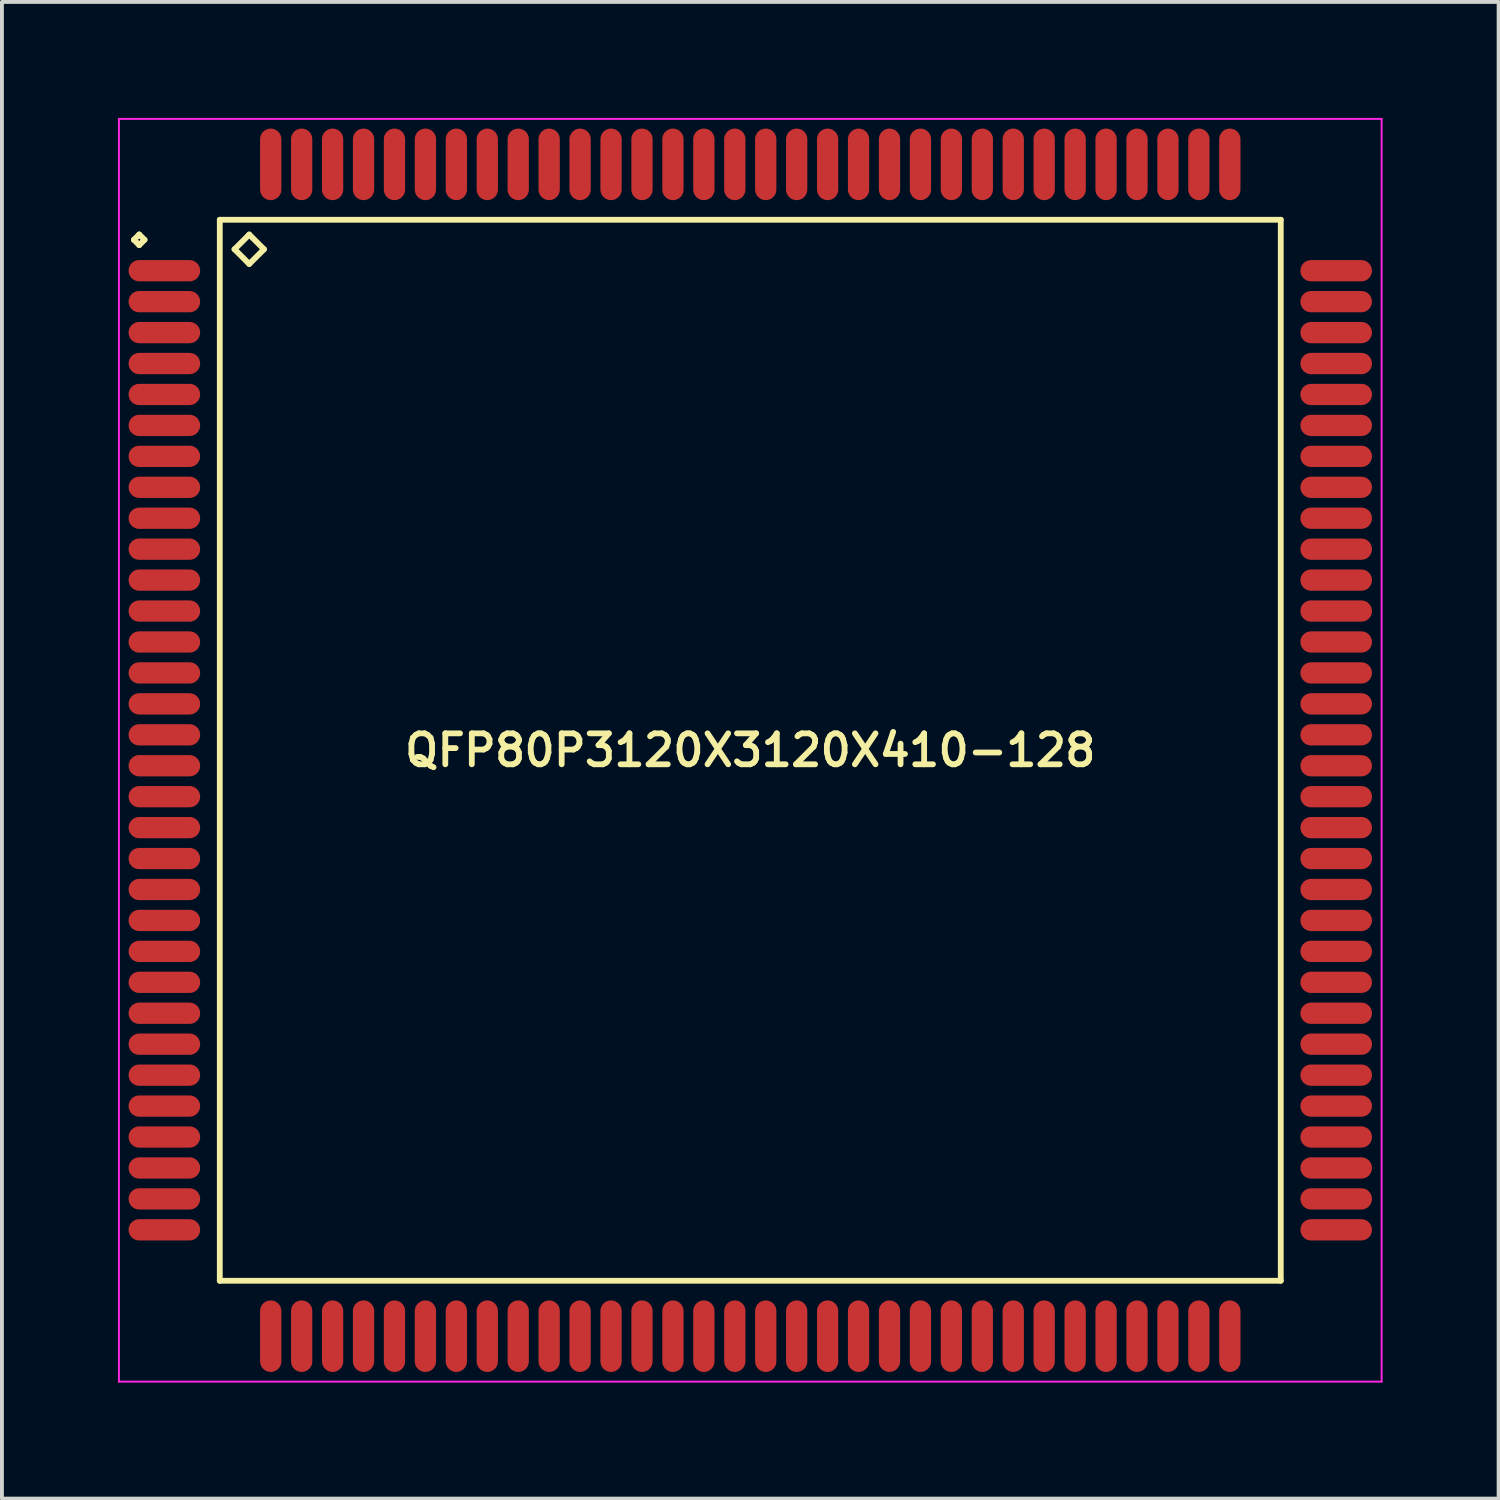
<source format=kicad_pcb>
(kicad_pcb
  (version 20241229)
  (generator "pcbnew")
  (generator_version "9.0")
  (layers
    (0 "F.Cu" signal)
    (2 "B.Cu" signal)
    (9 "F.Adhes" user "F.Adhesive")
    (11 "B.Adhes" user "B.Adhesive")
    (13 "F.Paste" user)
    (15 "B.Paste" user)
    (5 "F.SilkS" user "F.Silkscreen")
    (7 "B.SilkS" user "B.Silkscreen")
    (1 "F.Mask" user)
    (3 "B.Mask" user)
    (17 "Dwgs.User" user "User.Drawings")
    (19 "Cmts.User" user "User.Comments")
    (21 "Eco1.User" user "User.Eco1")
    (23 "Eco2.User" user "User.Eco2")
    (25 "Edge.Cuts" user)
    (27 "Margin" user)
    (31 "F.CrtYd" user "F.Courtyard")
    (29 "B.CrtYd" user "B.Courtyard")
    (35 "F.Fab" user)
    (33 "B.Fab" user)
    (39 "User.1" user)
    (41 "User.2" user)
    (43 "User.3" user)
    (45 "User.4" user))
  (footprint "QFP80P3120X3120X410-128"
    (layer "F.Cu")
    (at 16.35 16.35)
    (property "Reference" "QFP80P3120X3120X410-128" (at 0 0 0) (layer "F.SilkS") (effects (font (size 0.8 0.8) (thickness 0.15))))
    (attr smd)
    (fp_line (start -15.938 -13.2) (end -15.8 -13.338) (stroke (width 0.15) (type solid)) (layer "F.SilkS"))
    (fp_line (start -15.8 -13.338) (end -15.662 -13.2) (stroke (width 0.15) (type solid)) (layer "F.SilkS"))
    (fp_line (start -15.8 -13.062) (end -15.938 -13.2) (stroke (width 0.15) (type solid)) (layer "F.SilkS"))
    (fp_line (start -15.662 -13.2) (end -15.8 -13.062) (stroke (width 0.15) (type solid)) (layer "F.SilkS"))
    (fp_line (start -13.717 -13.717) (end -13.717 13.717) (stroke (width 0.15) (type solid)) (layer "F.SilkS"))
    (fp_line (start -13.717 13.717) (end 13.717 13.717) (stroke (width 0.15) (type solid)) (layer "F.SilkS"))
    (fp_line (start -13.336 -12.955) (end -12.955 -13.336) (stroke (width 0.15) (type solid)) (layer "F.SilkS"))
    (fp_line (start -12.955 -13.336) (end -12.574 -12.955) (stroke (width 0.15) (type solid)) (layer "F.SilkS"))
    (fp_line (start -12.955 -12.574) (end -13.336 -12.955) (stroke (width 0.15) (type solid)) (layer "F.SilkS"))
    (fp_line (start -12.574 -12.955) (end -12.955 -12.574) (stroke (width 0.15) (type solid)) (layer "F.SilkS"))
    (fp_line (start 13.717 -13.717) (end -13.717 -13.717) (stroke (width 0.15) (type solid)) (layer "F.SilkS"))
    (fp_line (start 13.717 13.717) (end 13.717 -13.717) (stroke (width 0.15) (type solid)) (layer "F.SilkS"))
    (fp_line (start -16.325 -16.325) (end 16.325 -16.325) (stroke (width 0.05) (type solid)) (layer "F.CrtYd"))
    (fp_line (start -16.325 16.325) (end -16.325 -16.325) (stroke (width 0.05) (type solid)) (layer "F.CrtYd"))
    (fp_line (start 16.325 -16.325) (end 16.325 16.325) (stroke (width 0.05) (type solid)) (layer "F.CrtYd"))
    (fp_line (start 16.325 16.325) (end -16.325 16.325) (stroke (width 0.05) (type solid)) (layer "F.CrtYd"))
    (pad "1" smd oval (at -15.15 -12.4) (size 1.85 0.55) (layers "F.Cu" "F.Mask" "F.Paste"))
    (pad "2" smd oval (at -15.15 -11.6) (size 1.85 0.55) (layers "F.Cu" "F.Mask" "F.Paste"))
    (pad "3" smd oval (at -15.15 -10.8) (size 1.85 0.55) (layers "F.Cu" "F.Mask" "F.Paste"))
    (pad "4" smd oval (at -15.15 -10) (size 1.85 0.55) (layers "F.Cu" "F.Mask" "F.Paste"))
    (pad "5" smd oval (at -15.15 -9.2) (size 1.85 0.55) (layers "F.Cu" "F.Mask" "F.Paste"))
    (pad "6" smd oval (at -15.15 -8.4) (size 1.85 0.55) (layers "F.Cu" "F.Mask" "F.Paste"))
    (pad "7" smd oval (at -15.15 -7.6) (size 1.85 0.55) (layers "F.Cu" "F.Mask" "F.Paste"))
    (pad "8" smd oval (at -15.15 -6.8) (size 1.85 0.55) (layers "F.Cu" "F.Mask" "F.Paste"))
    (pad "9" smd oval (at -15.15 -6) (size 1.85 0.55) (layers "F.Cu" "F.Mask" "F.Paste"))
    (pad "10" smd oval (at -15.15 -5.2) (size 1.85 0.55) (layers "F.Cu" "F.Mask" "F.Paste"))
    (pad "11" smd oval (at -15.15 -4.4) (size 1.85 0.55) (layers "F.Cu" "F.Mask" "F.Paste"))
    (pad "12" smd oval (at -15.15 -3.6) (size 1.85 0.55) (layers "F.Cu" "F.Mask" "F.Paste"))
    (pad "13" smd oval (at -15.15 -2.8) (size 1.85 0.55) (layers "F.Cu" "F.Mask" "F.Paste"))
    (pad "14" smd oval (at -15.15 -2) (size 1.85 0.55) (layers "F.Cu" "F.Mask" "F.Paste"))
    (pad "15" smd oval (at -15.15 -1.2) (size 1.85 0.55) (layers "F.Cu" "F.Mask" "F.Paste"))
    (pad "16" smd oval (at -15.15 -0.4) (size 1.85 0.55) (layers "F.Cu" "F.Mask" "F.Paste"))
    (pad "17" smd oval (at -15.15 0.4) (size 1.85 0.55) (layers "F.Cu" "F.Mask" "F.Paste"))
    (pad "18" smd oval (at -15.15 1.2) (size 1.85 0.55) (layers "F.Cu" "F.Mask" "F.Paste"))
    (pad "19" smd oval (at -15.15 2) (size 1.85 0.55) (layers "F.Cu" "F.Mask" "F.Paste"))
    (pad "20" smd oval (at -15.15 2.8) (size 1.85 0.55) (layers "F.Cu" "F.Mask" "F.Paste"))
    (pad "21" smd oval (at -15.15 3.6) (size 1.85 0.55) (layers "F.Cu" "F.Mask" "F.Paste"))
    (pad "22" smd oval (at -15.15 4.4) (size 1.85 0.55) (layers "F.Cu" "F.Mask" "F.Paste"))
    (pad "23" smd oval (at -15.15 5.2) (size 1.85 0.55) (layers "F.Cu" "F.Mask" "F.Paste"))
    (pad "24" smd oval (at -15.15 6) (size 1.85 0.55) (layers "F.Cu" "F.Mask" "F.Paste"))
    (pad "25" smd oval (at -15.15 6.8) (size 1.85 0.55) (layers "F.Cu" "F.Mask" "F.Paste"))
    (pad "26" smd oval (at -15.15 7.6) (size 1.85 0.55) (layers "F.Cu" "F.Mask" "F.Paste"))
    (pad "27" smd oval (at -15.15 8.4) (size 1.85 0.55) (layers "F.Cu" "F.Mask" "F.Paste"))
    (pad "28" smd oval (at -15.15 9.2) (size 1.85 0.55) (layers "F.Cu" "F.Mask" "F.Paste"))
    (pad "29" smd oval (at -15.15 10) (size 1.85 0.55) (layers "F.Cu" "F.Mask" "F.Paste"))
    (pad "30" smd oval (at -15.15 10.8) (size 1.85 0.55) (layers "F.Cu" "F.Mask" "F.Paste"))
    (pad "31" smd oval (at -15.15 11.6) (size 1.85 0.55) (layers "F.Cu" "F.Mask" "F.Paste"))
    (pad "32" smd oval (at -15.15 12.4) (size 1.85 0.55) (layers "F.Cu" "F.Mask" "F.Paste"))
    (pad "33" smd oval (at -12.4 15.15) (size 0.55 1.85) (layers "F.Cu" "F.Mask" "F.Paste"))
    (pad "34" smd oval (at -11.6 15.15) (size 0.55 1.85) (layers "F.Cu" "F.Mask" "F.Paste"))
    (pad "35" smd oval (at -10.8 15.15) (size 0.55 1.85) (layers "F.Cu" "F.Mask" "F.Paste"))
    (pad "36" smd oval (at -10 15.15) (size 0.55 1.85) (layers "F.Cu" "F.Mask" "F.Paste"))
    (pad "37" smd oval (at -9.2 15.15) (size 0.55 1.85) (layers "F.Cu" "F.Mask" "F.Paste"))
    (pad "38" smd oval (at -8.4 15.15) (size 0.55 1.85) (layers "F.Cu" "F.Mask" "F.Paste"))
    (pad "39" smd oval (at -7.6 15.15) (size 0.55 1.85) (layers "F.Cu" "F.Mask" "F.Paste"))
    (pad "40" smd oval (at -6.8 15.15) (size 0.55 1.85) (layers "F.Cu" "F.Mask" "F.Paste"))
    (pad "41" smd oval (at -6 15.15) (size 0.55 1.85) (layers "F.Cu" "F.Mask" "F.Paste"))
    (pad "42" smd oval (at -5.2 15.15) (size 0.55 1.85) (layers "F.Cu" "F.Mask" "F.Paste"))
    (pad "43" smd oval (at -4.4 15.15) (size 0.55 1.85) (layers "F.Cu" "F.Mask" "F.Paste"))
    (pad "44" smd oval (at -3.6 15.15) (size 0.55 1.85) (layers "F.Cu" "F.Mask" "F.Paste"))
    (pad "45" smd oval (at -2.8 15.15) (size 0.55 1.85) (layers "F.Cu" "F.Mask" "F.Paste"))
    (pad "46" smd oval (at -2 15.15) (size 0.55 1.85) (layers "F.Cu" "F.Mask" "F.Paste"))
    (pad "47" smd oval (at -1.2 15.15) (size 0.55 1.85) (layers "F.Cu" "F.Mask" "F.Paste"))
    (pad "48" smd oval (at -0.4 15.15) (size 0.55 1.85) (layers "F.Cu" "F.Mask" "F.Paste"))
    (pad "49" smd oval (at 0.4 15.15) (size 0.55 1.85) (layers "F.Cu" "F.Mask" "F.Paste"))
    (pad "50" smd oval (at 1.2 15.15) (size 0.55 1.85) (layers "F.Cu" "F.Mask" "F.Paste"))
    (pad "51" smd oval (at 2 15.15) (size 0.55 1.85) (layers "F.Cu" "F.Mask" "F.Paste"))
    (pad "52" smd oval (at 2.8 15.15) (size 0.55 1.85) (layers "F.Cu" "F.Mask" "F.Paste"))
    (pad "53" smd oval (at 3.6 15.15) (size 0.55 1.85) (layers "F.Cu" "F.Mask" "F.Paste"))
    (pad "54" smd oval (at 4.4 15.15) (size 0.55 1.85) (layers "F.Cu" "F.Mask" "F.Paste"))
    (pad "55" smd oval (at 5.2 15.15) (size 0.55 1.85) (layers "F.Cu" "F.Mask" "F.Paste"))
    (pad "56" smd oval (at 6 15.15) (size 0.55 1.85) (layers "F.Cu" "F.Mask" "F.Paste"))
    (pad "57" smd oval (at 6.8 15.15) (size 0.55 1.85) (layers "F.Cu" "F.Mask" "F.Paste"))
    (pad "58" smd oval (at 7.6 15.15) (size 0.55 1.85) (layers "F.Cu" "F.Mask" "F.Paste"))
    (pad "59" smd oval (at 8.4 15.15) (size 0.55 1.85) (layers "F.Cu" "F.Mask" "F.Paste"))
    (pad "60" smd oval (at 9.2 15.15) (size 0.55 1.85) (layers "F.Cu" "F.Mask" "F.Paste"))
    (pad "61" smd oval (at 10 15.15) (size 0.55 1.85) (layers "F.Cu" "F.Mask" "F.Paste"))
    (pad "62" smd oval (at 10.8 15.15) (size 0.55 1.85) (layers "F.Cu" "F.Mask" "F.Paste"))
    (pad "63" smd oval (at 11.6 15.15) (size 0.55 1.85) (layers "F.Cu" "F.Mask" "F.Paste"))
    (pad "64" smd oval (at 12.4 15.15) (size 0.55 1.85) (layers "F.Cu" "F.Mask" "F.Paste"))
    (pad "65" smd oval (at 15.15 12.4) (size 1.85 0.55) (layers "F.Cu" "F.Mask" "F.Paste"))
    (pad "66" smd oval (at 15.15 11.6) (size 1.85 0.55) (layers "F.Cu" "F.Mask" "F.Paste"))
    (pad "67" smd oval (at 15.15 10.8) (size 1.85 0.55) (layers "F.Cu" "F.Mask" "F.Paste"))
    (pad "68" smd oval (at 15.15 10) (size 1.85 0.55) (layers "F.Cu" "F.Mask" "F.Paste"))
    (pad "69" smd oval (at 15.15 9.2) (size 1.85 0.55) (layers "F.Cu" "F.Mask" "F.Paste"))
    (pad "70" smd oval (at 15.15 8.4) (size 1.85 0.55) (layers "F.Cu" "F.Mask" "F.Paste"))
    (pad "71" smd oval (at 15.15 7.6) (size 1.85 0.55) (layers "F.Cu" "F.Mask" "F.Paste"))
    (pad "72" smd oval (at 15.15 6.8) (size 1.85 0.55) (layers "F.Cu" "F.Mask" "F.Paste"))
    (pad "73" smd oval (at 15.15 6) (size 1.85 0.55) (layers "F.Cu" "F.Mask" "F.Paste"))
    (pad "74" smd oval (at 15.15 5.2) (size 1.85 0.55) (layers "F.Cu" "F.Mask" "F.Paste"))
    (pad "75" smd oval (at 15.15 4.4) (size 1.85 0.55) (layers "F.Cu" "F.Mask" "F.Paste"))
    (pad "76" smd oval (at 15.15 3.6) (size 1.85 0.55) (layers "F.Cu" "F.Mask" "F.Paste"))
    (pad "77" smd oval (at 15.15 2.8) (size 1.85 0.55) (layers "F.Cu" "F.Mask" "F.Paste"))
    (pad "78" smd oval (at 15.15 2) (size 1.85 0.55) (layers "F.Cu" "F.Mask" "F.Paste"))
    (pad "79" smd oval (at 15.15 1.2) (size 1.85 0.55) (layers "F.Cu" "F.Mask" "F.Paste"))
    (pad "80" smd oval (at 15.15 0.4) (size 1.85 0.55) (layers "F.Cu" "F.Mask" "F.Paste"))
    (pad "81" smd oval (at 15.15 -0.4) (size 1.85 0.55) (layers "F.Cu" "F.Mask" "F.Paste"))
    (pad "82" smd oval (at 15.15 -1.2) (size 1.85 0.55) (layers "F.Cu" "F.Mask" "F.Paste"))
    (pad "83" smd oval (at 15.15 -2) (size 1.85 0.55) (layers "F.Cu" "F.Mask" "F.Paste"))
    (pad "84" smd oval (at 15.15 -2.8) (size 1.85 0.55) (layers "F.Cu" "F.Mask" "F.Paste"))
    (pad "85" smd oval (at 15.15 -3.6) (size 1.85 0.55) (layers "F.Cu" "F.Mask" "F.Paste"))
    (pad "86" smd oval (at 15.15 -4.4) (size 1.85 0.55) (layers "F.Cu" "F.Mask" "F.Paste"))
    (pad "87" smd oval (at 15.15 -5.2) (size 1.85 0.55) (layers "F.Cu" "F.Mask" "F.Paste"))
    (pad "88" smd oval (at 15.15 -6) (size 1.85 0.55) (layers "F.Cu" "F.Mask" "F.Paste"))
    (pad "89" smd oval (at 15.15 -6.8) (size 1.85 0.55) (layers "F.Cu" "F.Mask" "F.Paste"))
    (pad "90" smd oval (at 15.15 -7.6) (size 1.85 0.55) (layers "F.Cu" "F.Mask" "F.Paste"))
    (pad "91" smd oval (at 15.15 -8.4) (size 1.85 0.55) (layers "F.Cu" "F.Mask" "F.Paste"))
    (pad "92" smd oval (at 15.15 -9.2) (size 1.85 0.55) (layers "F.Cu" "F.Mask" "F.Paste"))
    (pad "93" smd oval (at 15.15 -10) (size 1.85 0.55) (layers "F.Cu" "F.Mask" "F.Paste"))
    (pad "94" smd oval (at 15.15 -10.8) (size 1.85 0.55) (layers "F.Cu" "F.Mask" "F.Paste"))
    (pad "95" smd oval (at 15.15 -11.6) (size 1.85 0.55) (layers "F.Cu" "F.Mask" "F.Paste"))
    (pad "96" smd oval (at 15.15 -12.4) (size 1.85 0.55) (layers "F.Cu" "F.Mask" "F.Paste"))
    (pad "97" smd oval (at 12.4 -15.15) (size 0.55 1.85) (layers "F.Cu" "F.Mask" "F.Paste"))
    (pad "98" smd oval (at 11.6 -15.15) (size 0.55 1.85) (layers "F.Cu" "F.Mask" "F.Paste"))
    (pad "99" smd oval (at 10.8 -15.15) (size 0.55 1.85) (layers "F.Cu" "F.Mask" "F.Paste"))
    (pad "100" smd oval (at 10 -15.15) (size 0.55 1.85) (layers "F.Cu" "F.Mask" "F.Paste"))
    (pad "101" smd oval (at 9.2 -15.15) (size 0.55 1.85) (layers "F.Cu" "F.Mask" "F.Paste"))
    (pad "102" smd oval (at 8.4 -15.15) (size 0.55 1.85) (layers "F.Cu" "F.Mask" "F.Paste"))
    (pad "103" smd oval (at 7.6 -15.15) (size 0.55 1.85) (layers "F.Cu" "F.Mask" "F.Paste"))
    (pad "104" smd oval (at 6.8 -15.15) (size 0.55 1.85) (layers "F.Cu" "F.Mask" "F.Paste"))
    (pad "105" smd oval (at 6 -15.15) (size 0.55 1.85) (layers "F.Cu" "F.Mask" "F.Paste"))
    (pad "106" smd oval (at 5.2 -15.15) (size 0.55 1.85) (layers "F.Cu" "F.Mask" "F.Paste"))
    (pad "107" smd oval (at 4.4 -15.15) (size 0.55 1.85) (layers "F.Cu" "F.Mask" "F.Paste"))
    (pad "108" smd oval (at 3.6 -15.15) (size 0.55 1.85) (layers "F.Cu" "F.Mask" "F.Paste"))
    (pad "109" smd oval (at 2.8 -15.15) (size 0.55 1.85) (layers "F.Cu" "F.Mask" "F.Paste"))
    (pad "110" smd oval (at 2 -15.15) (size 0.55 1.85) (layers "F.Cu" "F.Mask" "F.Paste"))
    (pad "111" smd oval (at 1.2 -15.15) (size 0.55 1.85) (layers "F.Cu" "F.Mask" "F.Paste"))
    (pad "112" smd oval (at 0.4 -15.15) (size 0.55 1.85) (layers "F.Cu" "F.Mask" "F.Paste"))
    (pad "113" smd oval (at -0.4 -15.15) (size 0.55 1.85) (layers "F.Cu" "F.Mask" "F.Paste"))
    (pad "114" smd oval (at -1.2 -15.15) (size 0.55 1.85) (layers "F.Cu" "F.Mask" "F.Paste"))
    (pad "115" smd oval (at -2 -15.15) (size 0.55 1.85) (layers "F.Cu" "F.Mask" "F.Paste"))
    (pad "116" smd oval (at -2.8 -15.15) (size 0.55 1.85) (layers "F.Cu" "F.Mask" "F.Paste"))
    (pad "117" smd oval (at -3.6 -15.15) (size 0.55 1.85) (layers "F.Cu" "F.Mask" "F.Paste"))
    (pad "118" smd oval (at -4.4 -15.15) (size 0.55 1.85) (layers "F.Cu" "F.Mask" "F.Paste"))
    (pad "119" smd oval (at -5.2 -15.15) (size 0.55 1.85) (layers "F.Cu" "F.Mask" "F.Paste"))
    (pad "120" smd oval (at -6 -15.15) (size 0.55 1.85) (layers "F.Cu" "F.Mask" "F.Paste"))
    (pad "121" smd oval (at -6.8 -15.15) (size 0.55 1.85) (layers "F.Cu" "F.Mask" "F.Paste"))
    (pad "122" smd oval (at -7.6 -15.15) (size 0.55 1.85) (layers "F.Cu" "F.Mask" "F.Paste"))
    (pad "123" smd oval (at -8.4 -15.15) (size 0.55 1.85) (layers "F.Cu" "F.Mask" "F.Paste"))
    (pad "124" smd oval (at -9.2 -15.15) (size 0.55 1.85) (layers "F.Cu" "F.Mask" "F.Paste"))
    (pad "125" smd oval (at -10 -15.15) (size 0.55 1.85) (layers "F.Cu" "F.Mask" "F.Paste"))
    (pad "126" smd oval (at -10.8 -15.15) (size 0.55 1.85) (layers "F.Cu" "F.Mask" "F.Paste"))
    (pad "127" smd oval (at -11.6 -15.15) (size 0.55 1.85) (layers "F.Cu" "F.Mask" "F.Paste"))
    (pad "128" smd oval (at -12.4 -15.15) (size 0.55 1.85) (layers "F.Cu" "F.Mask" "F.Paste")))
  (gr_rect
    (start -3 -3)
    (end 35.7 35.7)
    (stroke (width 0.1) (type default))
    (fill no)
    (layer "Edge.Cuts")))
</source>
